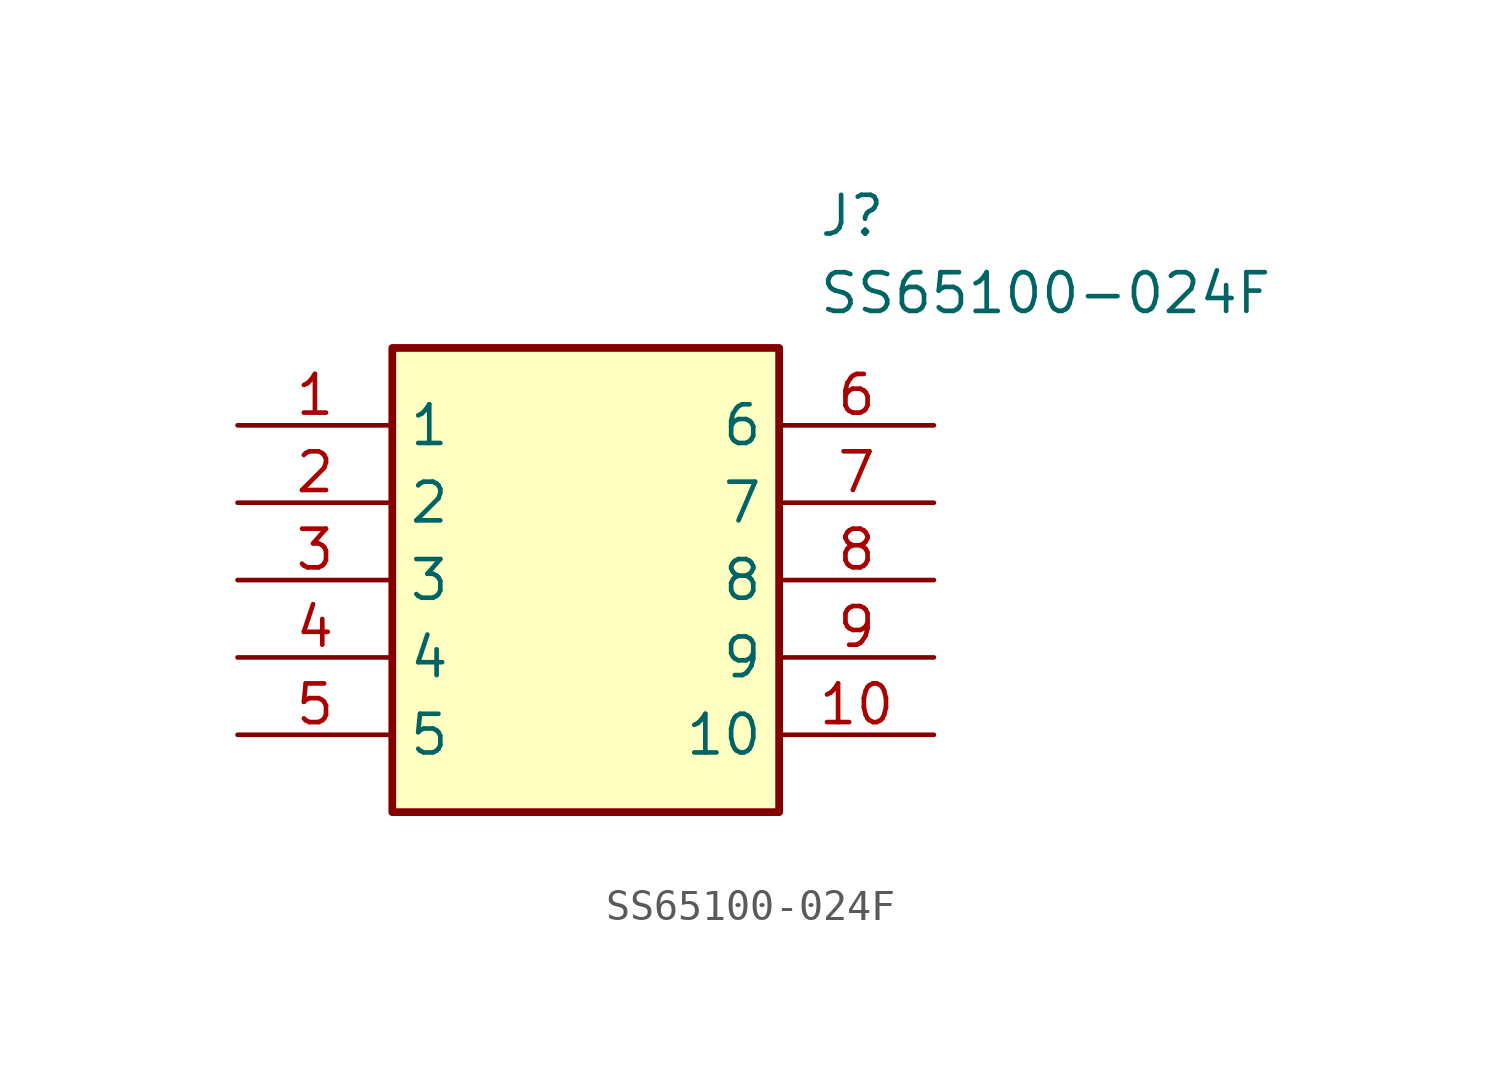
<source format=kicad_sym>
(kicad_symbol_lib
  (version 20211014)
  (generator SamacSys_ECAD_Model)
  (symbol "SS65100-024F"
    (property "Reference" "J"
      (at 19.05 7.62 0)
      (effects (font (size 1.27 1.27)) (justify left top)))
    (property "Value" "SS65100-024F"
      (at 19.05 5.08 0)
      (effects (font (size 1.27 1.27)) (justify left top)))
    (rectangle
      (start 5.08 2.54)
      (end 17.78 -12.7)
      (stroke (width 0.254) (type default))
      (fill (type background)))
    (pin passive line
      (at 0 0 0)
      (length 5.08)
      (name "1" (effects (font (size 1.27 1.27))))
      (number "1" (effects (font (size 1.27 1.27)))))
    (pin passive line
      (at 0 -2.54 0)
      (length 5.08)
      (name "2" (effects (font (size 1.27 1.27))))
      (number "2" (effects (font (size 1.27 1.27)))))
    (pin passive line
      (at 0 -5.08 0)
      (length 5.08)
      (name "3" (effects (font (size 1.27 1.27))))
      (number "3" (effects (font (size 1.27 1.27)))))
    (pin passive line
      (at 0 -7.62 0)
      (length 5.08)
      (name "4" (effects (font (size 1.27 1.27))))
      (number "4" (effects (font (size 1.27 1.27)))))
    (pin passive line
      (at 0 -10.16 0)
      (length 5.08)
      (name "5" (effects (font (size 1.27 1.27))))
      (number "5" (effects (font (size 1.27 1.27)))))
    (pin passive line
      (at 22.86 0 180)
      (length 5.08)
      (name "6" (effects (font (size 1.27 1.27))))
      (number "6" (effects (font (size 1.27 1.27)))))
    (pin passive line
      (at 22.86 -2.54 180)
      (length 5.08)
      (name "7" (effects (font (size 1.27 1.27))))
      (number "7" (effects (font (size 1.27 1.27)))))
    (pin passive line
      (at 22.86 -5.08 180)
      (length 5.08)
      (name "8" (effects (font (size 1.27 1.27))))
      (number "8" (effects (font (size 1.27 1.27)))))
    (pin passive line
      (at 22.86 -7.62 180)
      (length 5.08)
      (name "9" (effects (font (size 1.27 1.27))))
      (number "9" (effects (font (size 1.27 1.27)))))
    (pin passive line
      (at 22.86 -10.16 180)
      (length 5.08)
      (name "10" (effects (font (size 1.27 1.27))))
      (number "10" (effects (font (size 1.27 1.27)))))))
</source>
